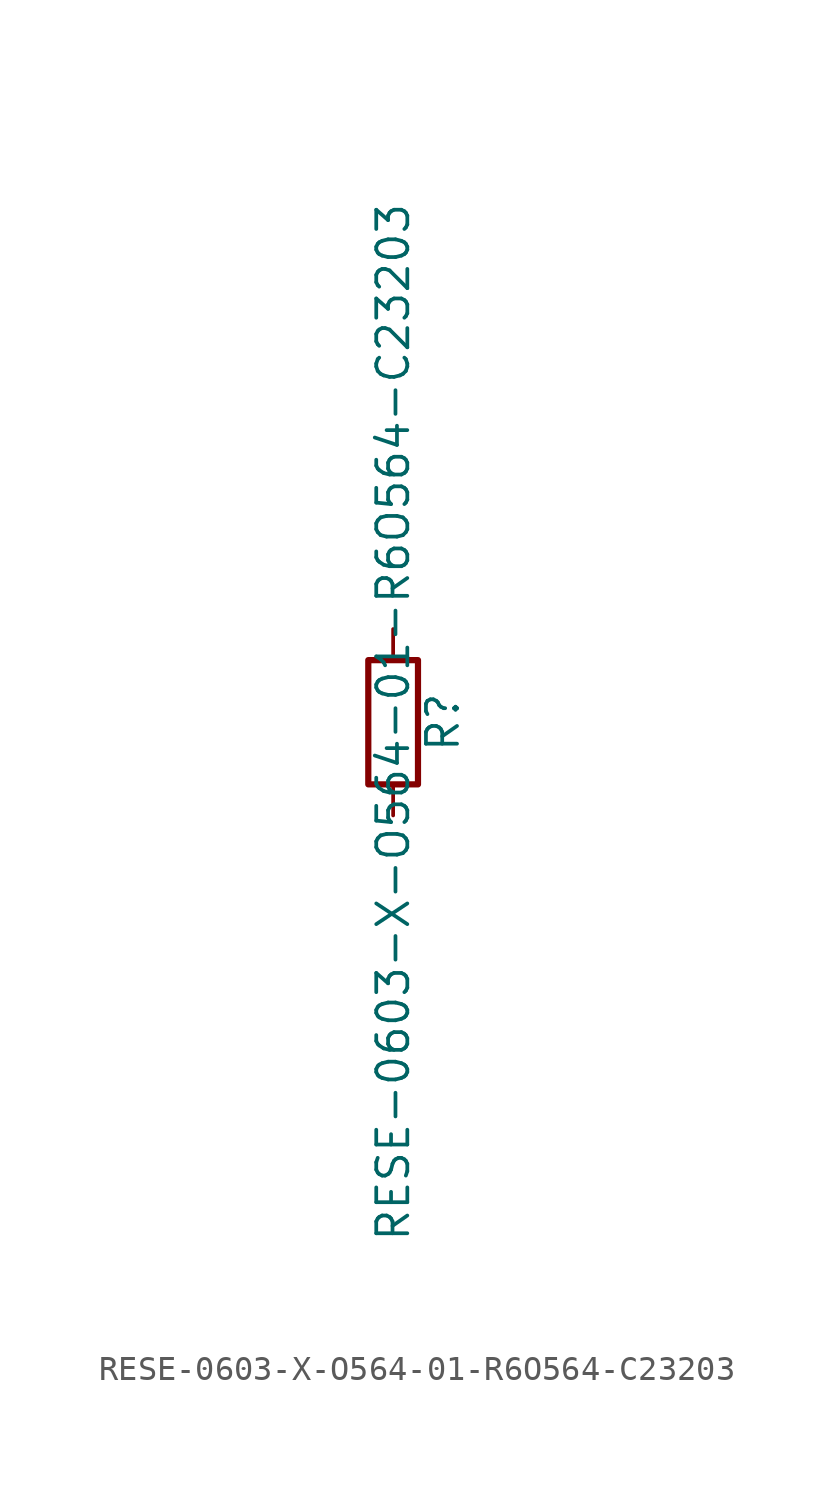
<source format=kicad_sym>
(kicad_symbol_lib
  (version 20211014)
  (generator kicad_symbol_editor)
  (symbol "RESE-0603-X-O564-01-R6O564-C23203"
    (pin_numbers hide)
    (pin_names
      (offset 0))
    (property "Reference" "R"
      (at 2.032 0 90)
      (effects (font (size 1.27 1.27))))
    (property "Value" "RESE-0603-X-O564-01-R6O564-C23203"
      (at 0 0 90)
      (effects (font (size 1.27 1.27))))
    (symbol "RESE-0603-X-O564-01-R6O564-C23203_0_1"
      (rectangle (start -1.016 -2.54) (end 1.016 2.54) (stroke (width 0.254) (type default) (color 0 0 0 0)) (fill (type none))))
    (symbol "RESE-0603-X-O564-01-R6O564-C23203_1_1"
      (pin passive line (at 0 3.81 270) (length 1.27) (name "~" (effects (font (size 1.27 1.27)))) (number "1" (effects (font (size 1.27 1.27)))))
      (pin passive line (at 0 -3.81 90) (length 1.27) (name "~" (effects (font (size 1.27 1.27)))) (number "2" (effects (font (size 1.27 1.27))))))))
</source>
